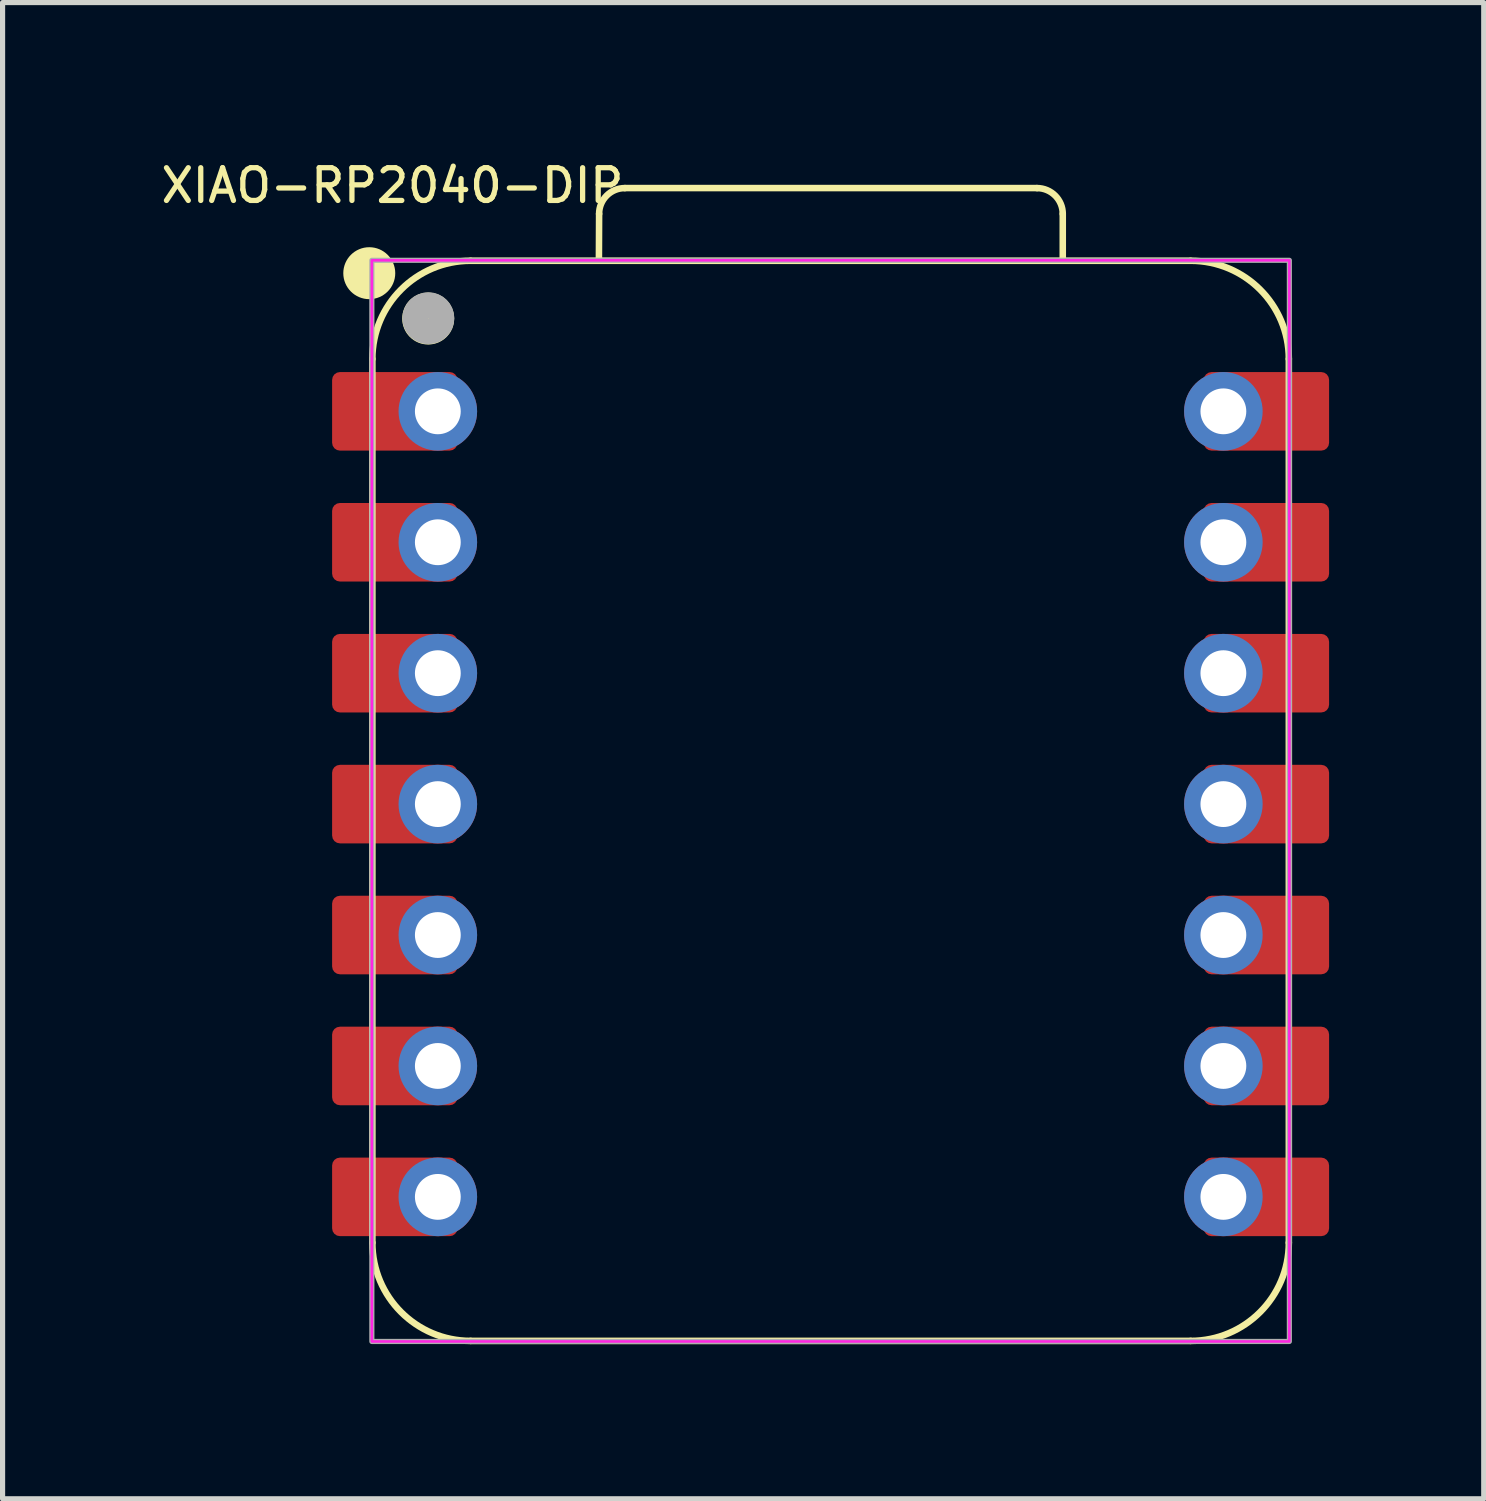
<source format=kicad_pcb>
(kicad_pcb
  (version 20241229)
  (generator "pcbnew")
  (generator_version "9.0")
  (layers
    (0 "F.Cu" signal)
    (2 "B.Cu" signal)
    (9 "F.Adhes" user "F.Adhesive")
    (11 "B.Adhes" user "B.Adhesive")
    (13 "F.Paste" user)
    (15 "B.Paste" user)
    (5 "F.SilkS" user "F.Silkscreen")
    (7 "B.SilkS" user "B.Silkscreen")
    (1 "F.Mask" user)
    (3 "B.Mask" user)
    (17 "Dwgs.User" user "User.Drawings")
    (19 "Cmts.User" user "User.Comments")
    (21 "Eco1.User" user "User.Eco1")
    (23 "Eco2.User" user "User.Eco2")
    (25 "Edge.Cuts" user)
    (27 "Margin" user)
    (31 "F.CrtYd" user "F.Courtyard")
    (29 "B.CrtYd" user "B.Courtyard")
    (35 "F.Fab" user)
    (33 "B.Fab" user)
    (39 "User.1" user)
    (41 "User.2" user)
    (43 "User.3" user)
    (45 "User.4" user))
  (footprint "XIAO-RP2040-DIP"
    (layer "F.Cu")
    (at 13.064 12.55)
    (property "Reference" "XIAO-RP2040-DIP" (at -8.5 -12 0) (unlocked yes) (layer "F.SilkS") (effects (font (size 0.635 0.635) (thickness 0.102))))
    (attr through_hole)
    (fp_line (start -8.89 8.509) (end -8.89 -8.636) (stroke (width 0.127) (type solid)) (layer "F.SilkS"))
    (fp_line (start -6.985 10.414) (end 6.985 10.414) (stroke (width 0.127) (type solid)) (layer "F.SilkS"))
    (fp_line (start -4.495 -10.541) (end -4.491 -11.451) (stroke (width 0.127) (type solid)) (layer "F.SilkS"))
    (fp_line (start -3.991 -11.951) (end 4.004 -11.951) (stroke (width 0.127) (type solid)) (layer "F.SilkS"))
    (fp_line (start 4.504 -11.451) (end 4.504 -10.541) (stroke (width 0.127) (type solid)) (layer "F.SilkS"))
    (fp_line (start 6.985 -10.541) (end -6.985 -10.541) (stroke (width 0.1) (type solid)) (layer "F.SilkS"))
    (fp_line (start 6.985 -10.541) (end -6.985 -10.541) (stroke (width 0.127) (type solid)) (layer "F.SilkS"))
    (fp_line (start 8.89 8.509) (end 8.89 -8.636) (stroke (width 0.127) (type solid)) (layer "F.SilkS"))
    (fp_arc (start -8.89 -8.636) (mid -8.332038 -9.983038) (end -6.985 -10.541) (stroke (width 0.127) (type solid)) (layer "F.SilkS"))
    (fp_arc (start -6.985 10.414) (mid -8.332038 9.856038) (end -8.89 8.509) (stroke (width 0.127) (type solid)) (layer "F.SilkS"))
    (fp_arc (start -4.491272 -11.451272) (mid -4.344728 -11.80464) (end -3.991272 -11.951) (stroke (width 0.127) (type default)) (layer "F.SilkS"))
    (fp_arc (start 4.004 -11.951) (mid 4.357553 -11.804553) (end 4.504 -11.451) (stroke (width 0.127) (type default)) (layer "F.SilkS"))
    (fp_arc (start 6.985 -10.541) (mid 8.332038 -9.983038) (end 8.89 -8.636) (stroke (width 0.127) (type solid)) (layer "F.SilkS"))
    (fp_arc (start 8.89 8.509) (mid 8.332038 9.856038) (end 6.985 10.414) (stroke (width 0.127) (type solid)) (layer "F.SilkS"))
    (fp_circle (center -8.95 -10.3) (end -8.95 -10.554) (stroke (width 0.5) (type solid)) (fill yes) (layer "F.SilkS"))
    (fp_circle (center -7.807 -9.42) (end -7.807 -9.674) (stroke (width 0.5) (type solid)) (fill yes) (layer "F.SilkS"))
    (fp_rect (start -8.9 -10.55) (end 8.9 10.425) (stroke (width 0.05) (type default)) (fill no) (layer "F.CrtYd"))
    (fp_rect (start -8.9 -10.55) (end 8.9 10.425) (stroke (width 0.1) (type default)) (fill no) (layer "F.Fab"))
    (fp_circle (center -7.804 -9.426) (end -7.804 -9.68) (stroke (width 0.5) (type solid)) (fill no) (layer "F.Fab"))
    (pad "1" smd roundrect (at -8.455 -7.62 180) (size 2.432 1.524) (layers "F.Cu" "F.Mask") (roundrect_rratio 0.1))
    (pad "1" thru_hole circle (at -7.62 -7.62 180) (size 1.524 1.524) (drill 0.889) (layers "*.Cu" "*.Mask"))
    (pad "2" smd roundrect (at -8.455 -5.08 180) (size 2.432 1.524) (layers "F.Cu" "F.Mask") (roundrect_rratio 0.1))
    (pad "2" thru_hole circle (at -7.62 -5.08 180) (size 1.524 1.524) (drill 0.889) (layers "*.Cu" "*.Mask"))
    (pad "3" smd roundrect (at -8.455 -2.54 180) (size 2.432 1.524) (layers "F.Cu" "F.Mask") (roundrect_rratio 0.1))
    (pad "3" thru_hole circle (at -7.62 -2.54 180) (size 1.524 1.524) (drill 0.889) (layers "*.Cu" "*.Mask"))
    (pad "4" smd roundrect (at -8.455 0 180) (size 2.432 1.524) (layers "F.Cu" "F.Mask") (roundrect_rratio 0.1))
    (pad "4" thru_hole circle (at -7.62 0 180) (size 1.524 1.524) (drill 0.889) (layers "*.Cu" "*.Mask"))
    (pad "5" smd roundrect (at -8.455 2.54 180) (size 2.432 1.524) (layers "F.Cu" "F.Mask") (roundrect_rratio 0.1))
    (pad "5" thru_hole circle (at -7.62 2.54 180) (size 1.524 1.524) (drill 0.889) (layers "*.Cu" "*.Mask"))
    (pad "6" smd roundrect (at -8.455 5.08 180) (size 2.432 1.524) (layers "F.Cu" "F.Mask") (roundrect_rratio 0.1))
    (pad "6" thru_hole circle (at -7.62 5.08 180) (size 1.524 1.524) (drill 0.889) (layers "*.Cu" "*.Mask"))
    (pad "7" smd roundrect (at -8.455 7.62 180) (size 2.432 1.524) (layers "F.Cu" "F.Mask") (roundrect_rratio 0.1))
    (pad "7" thru_hole circle (at -7.62 7.62 180) (size 1.524 1.524) (drill 0.889) (layers "*.Cu" "*.Mask"))
    (pad "8" thru_hole circle (at 7.62 7.62) (size 1.524 1.524) (drill 0.889) (layers "*.Cu" "*.Mask"))
    (pad "8" smd roundrect (at 8.455 7.62) (size 2.432 1.524) (layers "F.Cu" "F.Mask") (roundrect_rratio 0.1))
    (pad "9" thru_hole circle (at 7.62 5.08) (size 1.524 1.524) (drill 0.889) (layers "*.Cu" "*.Mask"))
    (pad "9" smd roundrect (at 8.455 5.08) (size 2.432 1.524) (layers "F.Cu" "F.Mask") (roundrect_rratio 0.1))
    (pad "10" thru_hole circle (at 7.62 2.54) (size 1.524 1.524) (drill 0.889) (layers "*.Cu" "*.Mask"))
    (pad "10" smd roundrect (at 8.455 2.54) (size 2.432 1.524) (layers "F.Cu" "F.Mask") (roundrect_rratio 0.1))
    (pad "11" thru_hole circle (at 7.62 0) (size 1.524 1.524) (drill 0.889) (layers "*.Cu" "*.Mask"))
    (pad "11" smd roundrect (at 8.455 0) (size 2.432 1.524) (layers "F.Cu" "F.Mask") (roundrect_rratio 0.1))
    (pad "12" thru_hole circle (at 7.62 -2.54) (size 1.524 1.524) (drill 0.889) (layers "*.Cu" "*.Mask"))
    (pad "12" smd roundrect (at 8.455 -2.54) (size 2.432 1.524) (layers "F.Cu" "F.Mask") (roundrect_rratio 0.1))
    (pad "13" thru_hole circle (at 7.62 -5.08) (size 1.524 1.524) (drill 0.889) (layers "*.Cu" "*.Mask"))
    (pad "13" smd roundrect (at 8.455 -5.08) (size 2.432 1.524) (layers "F.Cu" "F.Mask") (roundrect_rratio 0.1))
    (pad "14" thru_hole circle (at 7.62 -7.62) (size 1.524 1.524) (drill 0.889) (layers "*.Cu" "*.Mask"))
    (pad "14" smd roundrect (at 8.455 -7.62) (size 2.432 1.524) (layers "F.Cu" "F.Mask") (roundrect_rratio 0.1)))
  (gr_rect
    (start -3 -3)
    (end 25.735 26.027)
    (stroke (width 0.1) (type default))
    (fill no)
    (layer "Edge.Cuts")))
</source>
